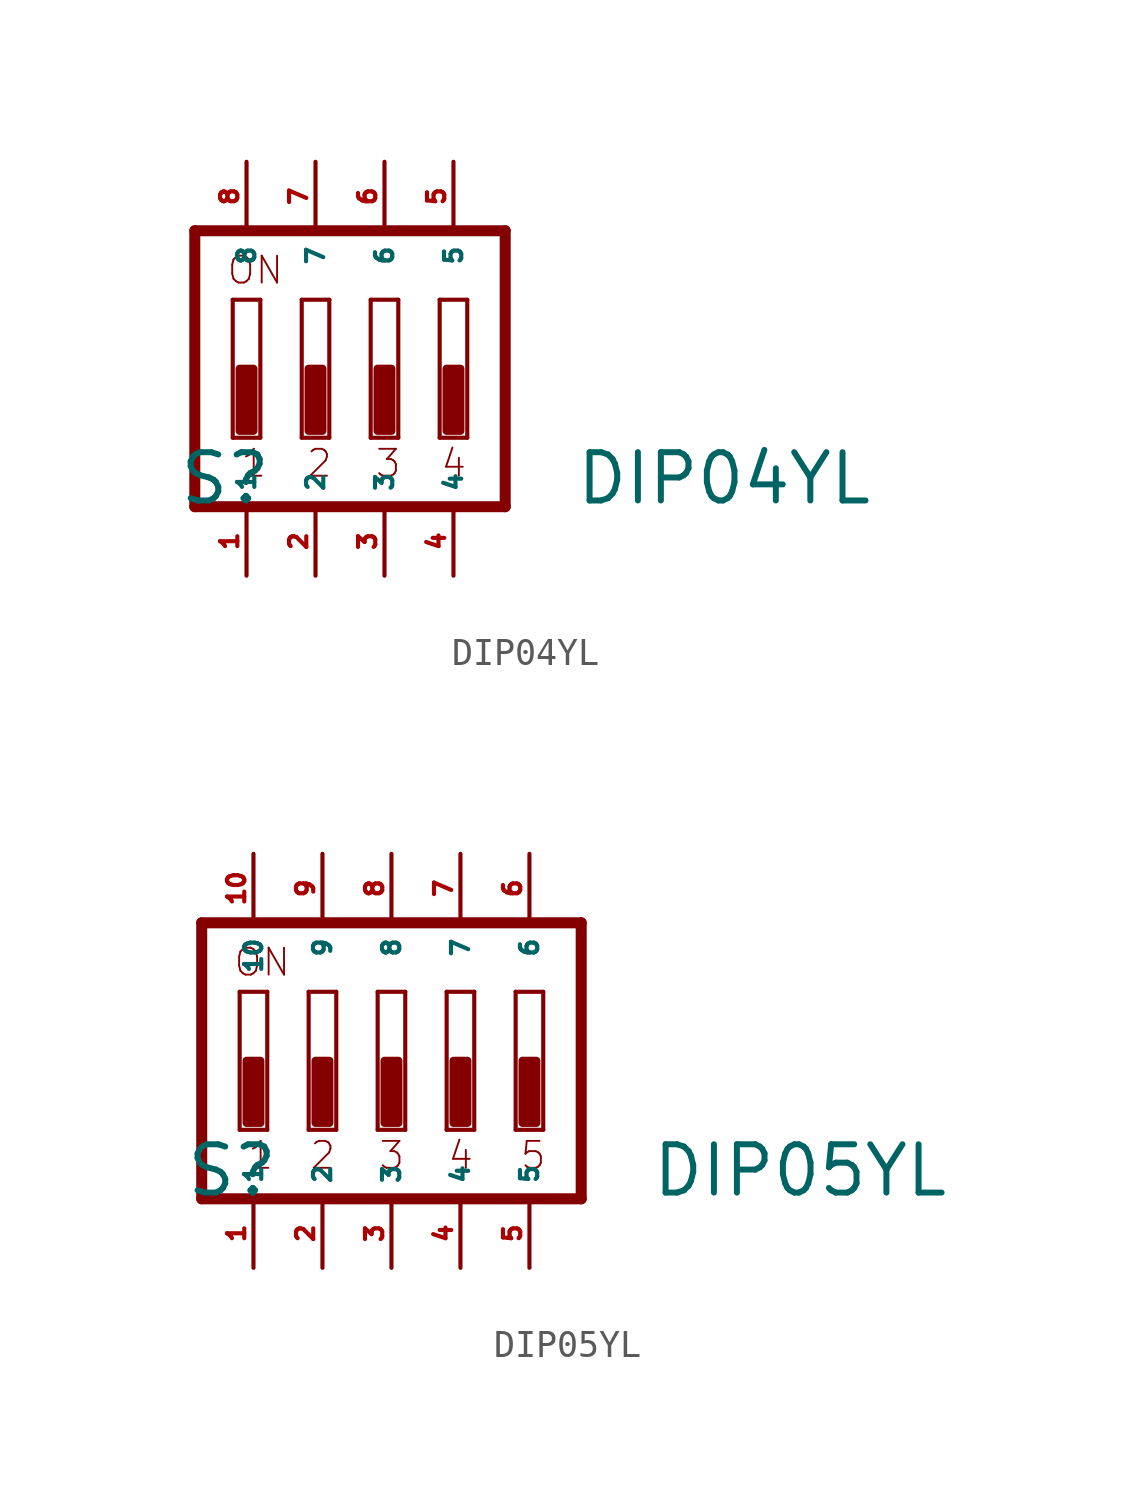
<source format=kicad_sym>
(kicad_symbol_lib
  (version 20220914)
  (generator Eagle2Kicad)
  (symbol "DIP04YL"
    (property "Reference" "S"
      (at -5.08 -5.08 0)
      (effects (font (size 1.778 1.778) (thickness 0.22)) (justify left bottom)))
    (property "Value" "DIP04YL"
      (at 9.525 -5.08 0)
      (effects (font (size 1.778 1.778) (thickness 0.22)) (justify left bottom)))
    (polyline
      (pts (xy 6.985 5.08) (xy -4.445 5.08))
      (stroke (width 0.406) (type default))
      (fill (type none)))
    (polyline
      (pts (xy -4.445 5.08) (xy -4.445 -5.08))
      (stroke (width 0.406) (type default))
      (fill (type none)))
    (polyline
      (pts (xy -4.445 -5.08) (xy 6.985 -5.08))
      (stroke (width 0.406) (type default))
      (fill (type none)))
    (polyline
      (pts (xy 6.985 -5.08) (xy 6.985 5.08))
      (stroke (width 0.406) (type default))
      (fill (type none)))
    (polyline
      (pts (xy -2.032 -2.54) (xy -3.048 -2.54))
      (stroke (width 0.152) (type default))
      (fill (type none)))
    (polyline
      (pts (xy -3.048 2.54) (xy -2.032 2.54))
      (stroke (width 0.152) (type default))
      (fill (type none)))
    (polyline
      (pts (xy -2.032 2.54) (xy -2.032 -2.54))
      (stroke (width 0.152) (type default))
      (fill (type none)))
    (polyline
      (pts (xy -3.048 -2.54) (xy -3.048 2.54))
      (stroke (width 0.152) (type default))
      (fill (type none)))
    (polyline
      (pts (xy 0.508 -2.54) (xy -0.508 -2.54))
      (stroke (width 0.152) (type default))
      (fill (type none)))
    (polyline
      (pts (xy -0.508 2.54) (xy 0.508 2.54))
      (stroke (width 0.152) (type default))
      (fill (type none)))
    (polyline
      (pts (xy 0.508 2.54) (xy 0.508 -2.54))
      (stroke (width 0.152) (type default))
      (fill (type none)))
    (polyline
      (pts (xy -0.508 -2.54) (xy -0.508 2.54))
      (stroke (width 0.152) (type default))
      (fill (type none)))
    (polyline
      (pts (xy 3.048 -2.54) (xy 2.032 -2.54))
      (stroke (width 0.152) (type default))
      (fill (type none)))
    (polyline
      (pts (xy 2.032 2.54) (xy 3.048 2.54))
      (stroke (width 0.152) (type default))
      (fill (type none)))
    (polyline
      (pts (xy 3.048 2.54) (xy 3.048 -2.54))
      (stroke (width 0.152) (type default))
      (fill (type none)))
    (polyline
      (pts (xy 2.032 -2.54) (xy 2.032 2.54))
      (stroke (width 0.152) (type default))
      (fill (type none)))
    (polyline
      (pts (xy 5.588 -2.54) (xy 4.572 -2.54))
      (stroke (width 0.152) (type default))
      (fill (type none)))
    (polyline
      (pts (xy 4.572 2.54) (xy 5.588 2.54))
      (stroke (width 0.152) (type default))
      (fill (type none)))
    (polyline
      (pts (xy 5.588 2.54) (xy 5.588 -2.54))
      (stroke (width 0.152) (type default))
      (fill (type none)))
    (polyline
      (pts (xy 4.572 -2.54) (xy 4.572 2.54))
      (stroke (width 0.152) (type default))
      (fill (type none)))
    (text "1"
      (at -2.794 -4.064 0)
      (effects (font (size 0.991 0.991) (thickness 0.07)) (justify left bottom)))
    (text "2"
      (at -0.381 -4.064 0)
      (effects (font (size 0.991 0.991) (thickness 0.07)) (justify left bottom)))
    (text "3"
      (at 2.159 -4.064 0)
      (effects (font (size 0.991 0.991) (thickness 0.07)) (justify left bottom)))
    (text "4"
      (at 4.572 -4.064 0)
      (effects (font (size 0.991 0.991) (thickness 0.07)) (justify left bottom)))
    (text "ON"
      (at -3.302 3.048 0)
      (effects (font (size 0.991 0.991) (thickness 0.07)) (justify left bottom)))
    (rectangle
      (start -2.794 -2.286)
      (end -2.286 0)
      (stroke (width 0.3) (type default))
      (fill (type outline)))
    (rectangle
      (start -0.254 -2.286)
      (end 0.254 0)
      (stroke (width 0.3) (type default))
      (fill (type outline)))
    (rectangle
      (start 2.286 -2.286)
      (end 2.794 0)
      (stroke (width 0.3) (type default))
      (fill (type outline)))
    (rectangle
      (start 4.826 -2.286)
      (end 5.334 0)
      (stroke (width 0.3) (type default))
      (fill (type outline)))
    (pin passive line
      (at 5.08 7.62 270)
      (length 2.54)
      (name "5" (effects (font (size 0.635 0.635) (thickness 0.08)) (justify left bottom)))
      (number "5" (effects (font (size 0.635 0.635) (thickness 0.08)) (justify left bottom))))
    (pin passive line
      (at 2.54 7.62 270)
      (length 2.54)
      (name "6" (effects (font (size 0.635 0.635) (thickness 0.08)) (justify left bottom)))
      (number "6" (effects (font (size 0.635 0.635) (thickness 0.08)) (justify left bottom))))
    (pin passive line
      (at 0 7.62 270)
      (length 2.54)
      (name "7" (effects (font (size 0.635 0.635) (thickness 0.08)) (justify left bottom)))
      (number "7" (effects (font (size 0.635 0.635) (thickness 0.08)) (justify left bottom))))
    (pin passive line
      (at -2.54 7.62 270)
      (length 2.54)
      (name "8" (effects (font (size 0.635 0.635) (thickness 0.08)) (justify left bottom)))
      (number "8" (effects (font (size 0.635 0.635) (thickness 0.08)) (justify left bottom))))
    (pin passive line
      (at -2.54 -7.62 90)
      (length 2.54)
      (name "1" (effects (font (size 0.635 0.635) (thickness 0.08)) (justify left bottom)))
      (number "1" (effects (font (size 0.635 0.635) (thickness 0.08)) (justify left bottom))))
    (pin passive line
      (at 0 -7.62 90)
      (length 2.54)
      (name "2" (effects (font (size 0.635 0.635) (thickness 0.08)) (justify left bottom)))
      (number "2" (effects (font (size 0.635 0.635) (thickness 0.08)) (justify left bottom))))
    (pin passive line
      (at 2.54 -7.62 90)
      (length 2.54)
      (name "3" (effects (font (size 0.635 0.635) (thickness 0.08)) (justify left bottom)))
      (number "3" (effects (font (size 0.635 0.635) (thickness 0.08)) (justify left bottom))))
    (pin passive line
      (at 5.08 -7.62 90)
      (length 2.54)
      (name "4" (effects (font (size 0.635 0.635) (thickness 0.08)) (justify left bottom)))
      (number "4" (effects (font (size 0.635 0.635) (thickness 0.08)) (justify left bottom)))))
  (symbol "DIP05YL"
    (property "Reference" "S"
      (at -7.62 -5.08 0)
      (effects (font (size 1.778 1.778) (thickness 0.22)) (justify left bottom)))
    (property "Value" "DIP05YL"
      (at 9.525 -5.08 0)
      (effects (font (size 1.778 1.778) (thickness 0.22)) (justify left bottom)))
    (polyline
      (pts (xy 6.985 5.08) (xy -6.985 5.08))
      (stroke (width 0.406) (type default))
      (fill (type none)))
    (polyline
      (pts (xy -6.985 5.08) (xy -6.985 -5.08))
      (stroke (width 0.406) (type default))
      (fill (type none)))
    (polyline
      (pts (xy -6.985 -5.08) (xy 6.985 -5.08))
      (stroke (width 0.406) (type default))
      (fill (type none)))
    (polyline
      (pts (xy 6.985 -5.08) (xy 6.985 5.08))
      (stroke (width 0.406) (type default))
      (fill (type none)))
    (polyline
      (pts (xy -4.572 -2.54) (xy -5.588 -2.54))
      (stroke (width 0.152) (type default))
      (fill (type none)))
    (polyline
      (pts (xy -5.588 2.54) (xy -4.572 2.54))
      (stroke (width 0.152) (type default))
      (fill (type none)))
    (polyline
      (pts (xy -4.572 2.54) (xy -4.572 -2.54))
      (stroke (width 0.152) (type default))
      (fill (type none)))
    (polyline
      (pts (xy -5.588 -2.54) (xy -5.588 2.54))
      (stroke (width 0.152) (type default))
      (fill (type none)))
    (polyline
      (pts (xy -2.032 -2.54) (xy -3.048 -2.54))
      (stroke (width 0.152) (type default))
      (fill (type none)))
    (polyline
      (pts (xy -3.048 2.54) (xy -2.032 2.54))
      (stroke (width 0.152) (type default))
      (fill (type none)))
    (polyline
      (pts (xy -2.032 2.54) (xy -2.032 -2.54))
      (stroke (width 0.152) (type default))
      (fill (type none)))
    (polyline
      (pts (xy -3.048 -2.54) (xy -3.048 2.54))
      (stroke (width 0.152) (type default))
      (fill (type none)))
    (polyline
      (pts (xy 0.508 -2.54) (xy -0.508 -2.54))
      (stroke (width 0.152) (type default))
      (fill (type none)))
    (polyline
      (pts (xy -0.508 2.54) (xy 0.508 2.54))
      (stroke (width 0.152) (type default))
      (fill (type none)))
    (polyline
      (pts (xy 0.508 2.54) (xy 0.508 -2.54))
      (stroke (width 0.152) (type default))
      (fill (type none)))
    (polyline
      (pts (xy -0.508 -2.54) (xy -0.508 2.54))
      (stroke (width 0.152) (type default))
      (fill (type none)))
    (polyline
      (pts (xy 3.048 -2.54) (xy 2.032 -2.54))
      (stroke (width 0.152) (type default))
      (fill (type none)))
    (polyline
      (pts (xy 2.032 2.54) (xy 3.048 2.54))
      (stroke (width 0.152) (type default))
      (fill (type none)))
    (polyline
      (pts (xy 3.048 2.54) (xy 3.048 -2.54))
      (stroke (width 0.152) (type default))
      (fill (type none)))
    (polyline
      (pts (xy 2.032 -2.54) (xy 2.032 2.54))
      (stroke (width 0.152) (type default))
      (fill (type none)))
    (polyline
      (pts (xy 5.588 -2.54) (xy 4.572 -2.54))
      (stroke (width 0.152) (type default))
      (fill (type none)))
    (polyline
      (pts (xy 4.572 2.54) (xy 5.588 2.54))
      (stroke (width 0.152) (type default))
      (fill (type none)))
    (polyline
      (pts (xy 5.588 2.54) (xy 5.588 -2.54))
      (stroke (width 0.152) (type default))
      (fill (type none)))
    (polyline
      (pts (xy 4.572 -2.54) (xy 4.572 2.54))
      (stroke (width 0.152) (type default))
      (fill (type none)))
    (text "1"
      (at -5.334 -4.064 0)
      (effects (font (size 0.991 0.991) (thickness 0.07)) (justify left bottom)))
    (text "2"
      (at -3.048 -4.064 0)
      (effects (font (size 0.991 0.991) (thickness 0.07)) (justify left bottom)))
    (text "3"
      (at -0.508 -4.064 0)
      (effects (font (size 0.991 0.991) (thickness 0.07)) (justify left bottom)))
    (text "4"
      (at 2.032 -4.064 0)
      (effects (font (size 0.991 0.991) (thickness 0.07)) (justify left bottom)))
    (text "5"
      (at 4.699 -4.064 0)
      (effects (font (size 0.991 0.991) (thickness 0.07)) (justify left bottom)))
    (text "ON"
      (at -5.842 3.048 0)
      (effects (font (size 0.991 0.991) (thickness 0.07)) (justify left bottom)))
    (rectangle
      (start -5.334 -2.286)
      (end -4.826 0)
      (stroke (width 0.3) (type default))
      (fill (type outline)))
    (rectangle
      (start -2.794 -2.286)
      (end -2.286 0)
      (stroke (width 0.3) (type default))
      (fill (type outline)))
    (rectangle
      (start -0.254 -2.286)
      (end 0.254 0)
      (stroke (width 0.3) (type default))
      (fill (type outline)))
    (rectangle
      (start 2.286 -2.286)
      (end 2.794 0)
      (stroke (width 0.3) (type default))
      (fill (type outline)))
    (rectangle
      (start 4.826 -2.286)
      (end 5.334 0)
      (stroke (width 0.3) (type default))
      (fill (type outline)))
    (pin passive line
      (at 5.08 7.62 270)
      (length 2.54)
      (name "6" (effects (font (size 0.635 0.635) (thickness 0.08)) (justify left bottom)))
      (number "6" (effects (font (size 0.635 0.635) (thickness 0.08)) (justify left bottom))))
    (pin passive line
      (at 2.54 7.62 270)
      (length 2.54)
      (name "7" (effects (font (size 0.635 0.635) (thickness 0.08)) (justify left bottom)))
      (number "7" (effects (font (size 0.635 0.635) (thickness 0.08)) (justify left bottom))))
    (pin passive line
      (at 0 7.62 270)
      (length 2.54)
      (name "8" (effects (font (size 0.635 0.635) (thickness 0.08)) (justify left bottom)))
      (number "8" (effects (font (size 0.635 0.635) (thickness 0.08)) (justify left bottom))))
    (pin passive line
      (at -2.54 7.62 270)
      (length 2.54)
      (name "9" (effects (font (size 0.635 0.635) (thickness 0.08)) (justify left bottom)))
      (number "9" (effects (font (size 0.635 0.635) (thickness 0.08)) (justify left bottom))))
    (pin passive line
      (at -5.08 7.62 270)
      (length 2.54)
      (name "10" (effects (font (size 0.635 0.635) (thickness 0.08)) (justify left bottom)))
      (number "10" (effects (font (size 0.635 0.635) (thickness 0.08)) (justify left bottom))))
    (pin passive line
      (at -5.08 -7.62 90)
      (length 2.54)
      (name "1" (effects (font (size 0.635 0.635) (thickness 0.08)) (justify left bottom)))
      (number "1" (effects (font (size 0.635 0.635) (thickness 0.08)) (justify left bottom))))
    (pin passive line
      (at -2.54 -7.62 90)
      (length 2.54)
      (name "2" (effects (font (size 0.635 0.635) (thickness 0.08)) (justify left bottom)))
      (number "2" (effects (font (size 0.635 0.635) (thickness 0.08)) (justify left bottom))))
    (pin passive line
      (at 0 -7.62 90)
      (length 2.54)
      (name "3" (effects (font (size 0.635 0.635) (thickness 0.08)) (justify left bottom)))
      (number "3" (effects (font (size 0.635 0.635) (thickness 0.08)) (justify left bottom))))
    (pin passive line
      (at 2.54 -7.62 90)
      (length 2.54)
      (name "4" (effects (font (size 0.635 0.635) (thickness 0.08)) (justify left bottom)))
      (number "4" (effects (font (size 0.635 0.635) (thickness 0.08)) (justify left bottom))))
    (pin passive line
      (at 5.08 -7.62 90)
      (length 2.54)
      (name "5" (effects (font (size 0.635 0.635) (thickness 0.08)) (justify left bottom)))
      (number "5" (effects (font (size 0.635 0.635) (thickness 0.08)) (justify left bottom))))))
</source>
